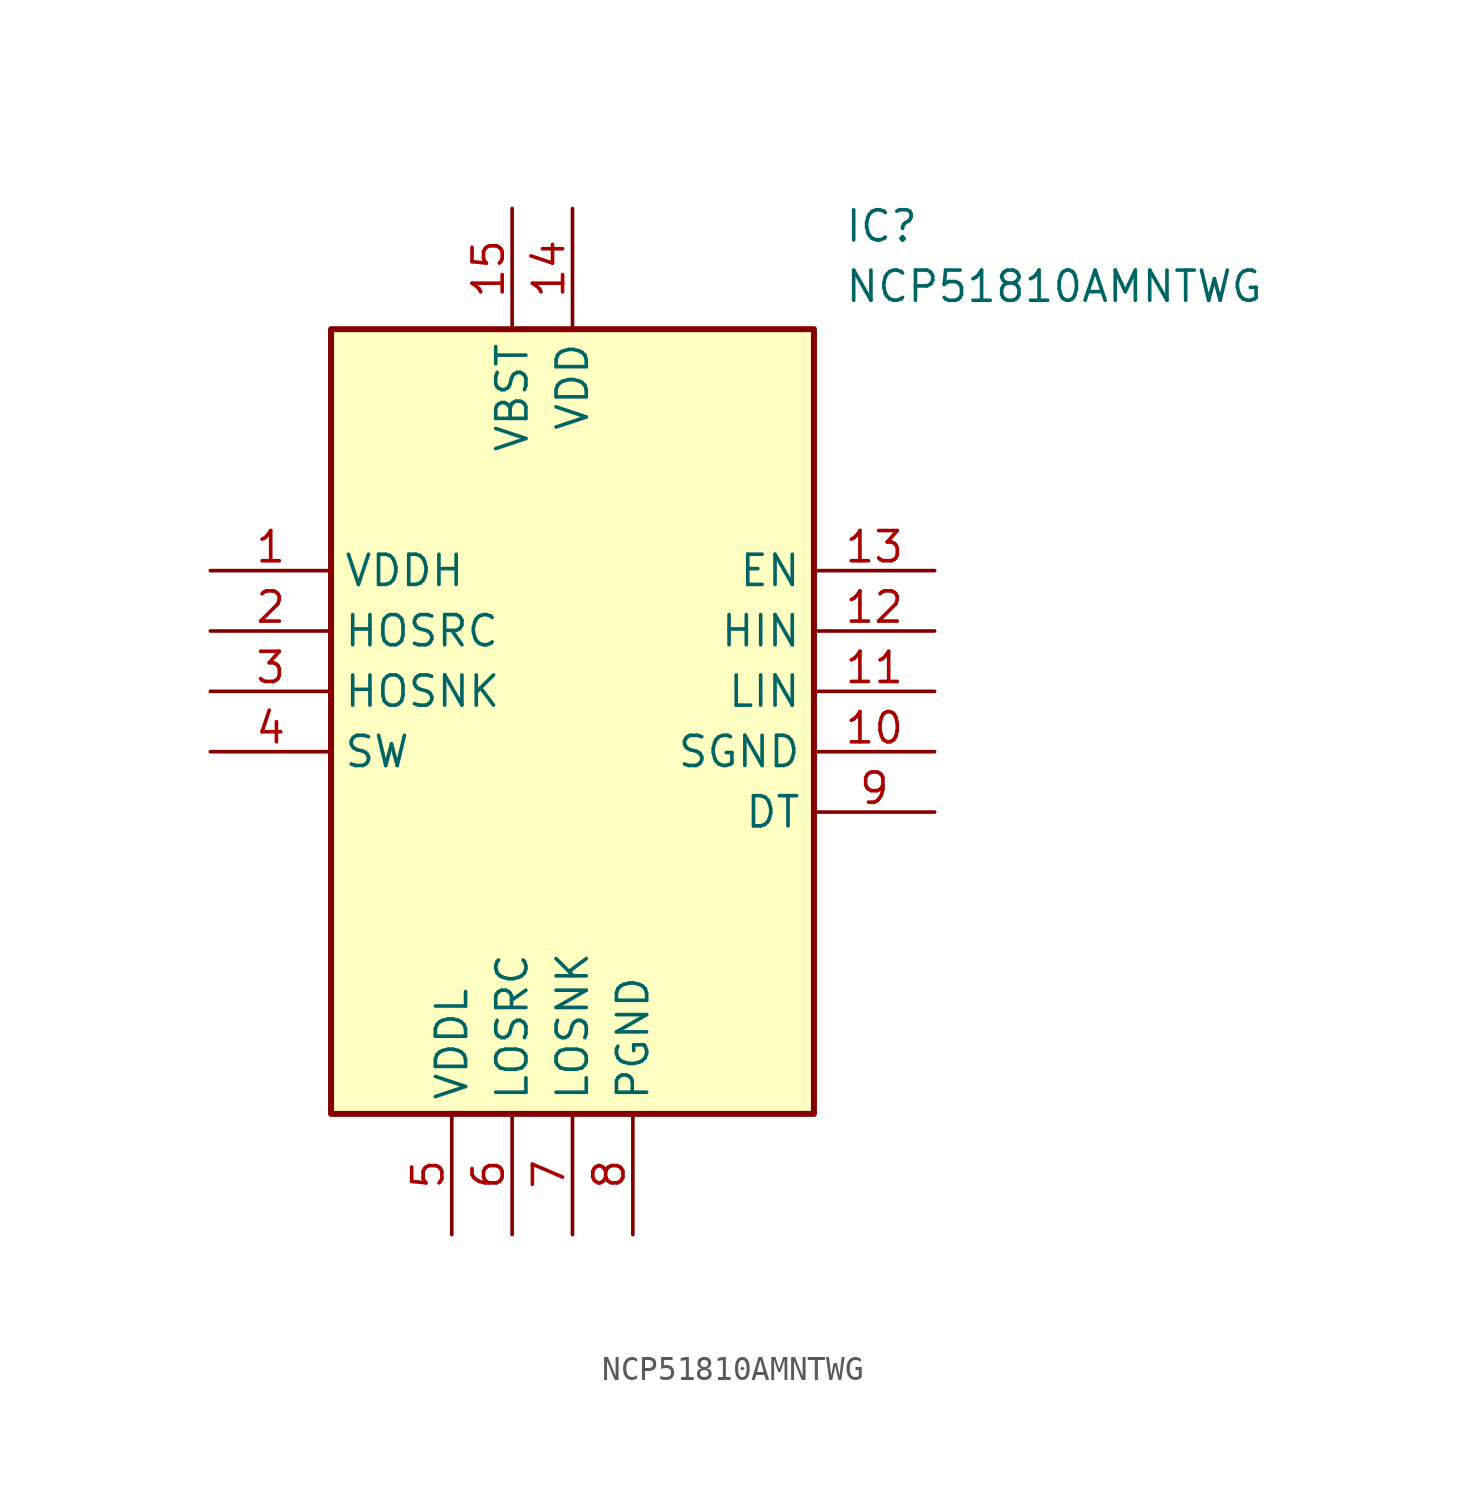
<source format=kicad_sym>
(kicad_symbol_lib
  (version 20211014)
  (generator SamacSys_ECAD_Model)
  (symbol "NCP51810AMNTWG"
    (property "Reference" "IC"
      (at 26.67 15.24 0)
      (effects (font (size 1.27 1.27)) (justify left top)))
    (property "Value" "NCP51810AMNTWG"
      (at 26.67 12.7 0)
      (effects (font (size 1.27 1.27)) (justify left top)))
    (rectangle
      (start 5.08 10.16)
      (end 25.4 -22.86)
      (stroke (width 0.254) (type default))
      (fill (type background)))
    (pin passive line
      (at 0 0 0)
      (length 5.08)
      (name "VDDH" (effects (font (size 1.27 1.27))))
      (number "1" (effects (font (size 1.27 1.27)))))
    (pin passive line
      (at 0 -2.54 0)
      (length 5.08)
      (name "HOSRC" (effects (font (size 1.27 1.27))))
      (number "2" (effects (font (size 1.27 1.27)))))
    (pin passive line
      (at 0 -5.08 0)
      (length 5.08)
      (name "HOSNK" (effects (font (size 1.27 1.27))))
      (number "3" (effects (font (size 1.27 1.27)))))
    (pin passive line
      (at 0 -7.62 0)
      (length 5.08)
      (name "SW" (effects (font (size 1.27 1.27))))
      (number "4" (effects (font (size 1.27 1.27)))))
    (pin passive line
      (at 10.16 -27.94 90)
      (length 5.08)
      (name "VDDL" (effects (font (size 1.27 1.27))))
      (number "5" (effects (font (size 1.27 1.27)))))
    (pin passive line
      (at 12.7 -27.94 90)
      (length 5.08)
      (name "LOSRC" (effects (font (size 1.27 1.27))))
      (number "6" (effects (font (size 1.27 1.27)))))
    (pin passive line
      (at 15.24 -27.94 90)
      (length 5.08)
      (name "LOSNK" (effects (font (size 1.27 1.27))))
      (number "7" (effects (font (size 1.27 1.27)))))
    (pin passive line
      (at 17.78 -27.94 90)
      (length 5.08)
      (name "PGND" (effects (font (size 1.27 1.27))))
      (number "8" (effects (font (size 1.27 1.27)))))
    (pin passive line
      (at 30.48 -10.16 180)
      (length 5.08)
      (name "DT" (effects (font (size 1.27 1.27))))
      (number "9" (effects (font (size 1.27 1.27)))))
    (pin passive line
      (at 30.48 -7.62 180)
      (length 5.08)
      (name "SGND" (effects (font (size 1.27 1.27))))
      (number "10" (effects (font (size 1.27 1.27)))))
    (pin passive line
      (at 30.48 -5.08 180)
      (length 5.08)
      (name "LIN" (effects (font (size 1.27 1.27))))
      (number "11" (effects (font (size 1.27 1.27)))))
    (pin passive line
      (at 30.48 -2.54 180)
      (length 5.08)
      (name "HIN" (effects (font (size 1.27 1.27))))
      (number "12" (effects (font (size 1.27 1.27)))))
    (pin passive line
      (at 30.48 0 180)
      (length 5.08)
      (name "EN" (effects (font (size 1.27 1.27))))
      (number "13" (effects (font (size 1.27 1.27)))))
    (pin passive line
      (at 15.24 15.24 270)
      (length 5.08)
      (name "VDD" (effects (font (size 1.27 1.27))))
      (number "14" (effects (font (size 1.27 1.27)))))
    (pin passive line
      (at 12.7 15.24 270)
      (length 5.08)
      (name "VBST" (effects (font (size 1.27 1.27))))
      (number "15" (effects (font (size 1.27 1.27)))))))
</source>
